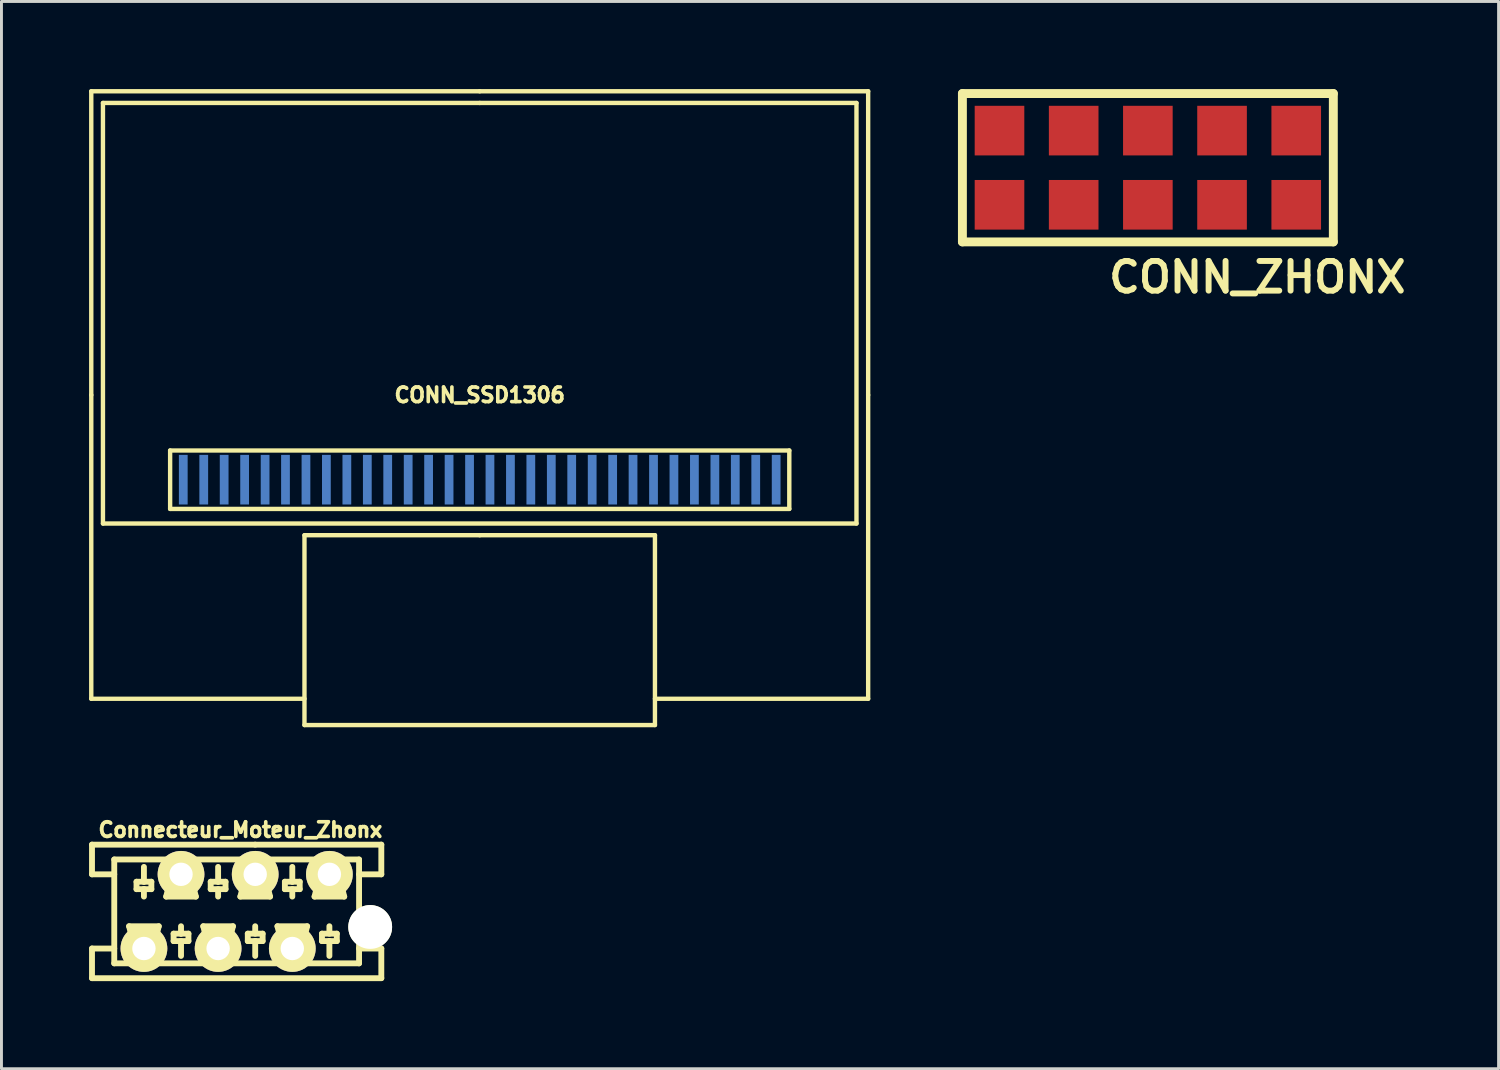
<source format=kicad_pcb>
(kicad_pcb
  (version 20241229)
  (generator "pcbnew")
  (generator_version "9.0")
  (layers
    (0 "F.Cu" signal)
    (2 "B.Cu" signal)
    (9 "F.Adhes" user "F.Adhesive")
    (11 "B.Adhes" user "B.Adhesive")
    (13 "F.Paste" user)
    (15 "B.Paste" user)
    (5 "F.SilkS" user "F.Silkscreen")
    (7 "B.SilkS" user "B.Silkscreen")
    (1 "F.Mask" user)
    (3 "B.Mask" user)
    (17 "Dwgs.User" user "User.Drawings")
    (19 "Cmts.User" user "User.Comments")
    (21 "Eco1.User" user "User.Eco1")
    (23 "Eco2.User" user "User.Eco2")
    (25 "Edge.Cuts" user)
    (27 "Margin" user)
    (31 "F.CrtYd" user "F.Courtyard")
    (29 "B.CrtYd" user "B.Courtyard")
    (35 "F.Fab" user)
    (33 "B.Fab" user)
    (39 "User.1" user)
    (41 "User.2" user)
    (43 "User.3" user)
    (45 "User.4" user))
  (footprint "Connecteur_Moteur_Zhonx"
    (layer "F.Cu")
    (at 5.688 28.156)
    (property "Reference" "Connecteur_Moteur_Zhonx" (at -0.508 -2.794 0) (layer "F.SilkS") (effects (font (size 0.5 0.5) (thickness 0.125))))
    (attr through_hole)
    (fp_line (start -5.588 -2.286) (end -5.588 -1.27) (stroke (width 0.201) (type solid)) (layer "F.SilkS"))
    (fp_line (start -5.588 -2.286) (end 0 -2.286) (stroke (width 0.201) (type solid)) (layer "F.SilkS"))
    (fp_line (start -5.588 -1.27) (end -4.826 -1.27) (stroke (width 0.201) (type solid)) (layer "F.SilkS"))
    (fp_line (start -5.588 1.27) (end -4.826 1.27) (stroke (width 0.201) (type solid)) (layer "F.SilkS"))
    (fp_line (start -5.588 2.286) (end -5.588 1.27) (stroke (width 0.201) (type solid)) (layer "F.SilkS"))
    (fp_line (start -4.826 -1.778) (end 3.556 -1.778) (stroke (width 0.201) (type solid)) (layer "F.SilkS"))
    (fp_line (start -4.826 1.778) (end -4.826 -1.778) (stroke (width 0.201) (type solid)) (layer "F.SilkS"))
    (fp_line (start -4.318 0.508) (end -3.302 0.508) (stroke (width 0.201) (type solid)) (layer "F.SilkS"))
    (fp_line (start -4.064 -1.016) (end -3.81 -1.016) (stroke (width 0.201) (type solid)) (layer "F.SilkS"))
    (fp_line (start -4.064 -0.762) (end -4.064 -1.016) (stroke (width 0.201) (type solid)) (layer "F.SilkS"))
    (fp_line (start -4.064 1.524) (end -4.318 0.508) (stroke (width 0.201) (type solid)) (layer "F.SilkS"))
    (fp_line (start -3.81 -1.524) (end -3.81 -1.016) (stroke (width 0.201) (type solid)) (layer "F.SilkS"))
    (fp_line (start -3.81 -1.016) (end -3.556 -1.016) (stroke (width 0.201) (type solid)) (layer "F.SilkS"))
    (fp_line (start -3.81 -0.762) (end -4.064 -0.762) (stroke (width 0.201) (type solid)) (layer "F.SilkS"))
    (fp_line (start -3.81 -0.762) (end -3.81 -0.508) (stroke (width 0.201) (type solid)) (layer "F.SilkS"))
    (fp_line (start -3.556 -1.016) (end -3.556 -0.762) (stroke (width 0.201) (type solid)) (layer "F.SilkS"))
    (fp_line (start -3.556 -0.762) (end -3.81 -0.762) (stroke (width 0.201) (type solid)) (layer "F.SilkS"))
    (fp_line (start -3.556 1.524) (end -4.064 1.524) (stroke (width 0.201) (type solid)) (layer "F.SilkS"))
    (fp_line (start -3.302 0.508) (end -3.556 1.524) (stroke (width 0.201) (type solid)) (layer "F.SilkS"))
    (fp_line (start -3.048 -0.508) (end -2.032 -0.508) (stroke (width 0.201) (type solid)) (layer "F.SilkS"))
    (fp_line (start -2.794 -1.524) (end -3.048 -0.508) (stroke (width 0.201) (type solid)) (layer "F.SilkS"))
    (fp_line (start -2.794 0.762) (end -2.794 1.016) (stroke (width 0.201) (type solid)) (layer "F.SilkS"))
    (fp_line (start -2.794 1.016) (end -2.286 1.016) (stroke (width 0.201) (type solid)) (layer "F.SilkS"))
    (fp_line (start -2.54 0.508) (end -2.54 0.762) (stroke (width 0.201) (type solid)) (layer "F.SilkS"))
    (fp_line (start -2.54 0.762) (end -2.794 0.762) (stroke (width 0.201) (type solid)) (layer "F.SilkS"))
    (fp_line (start -2.54 1.016) (end -2.54 1.524) (stroke (width 0.201) (type solid)) (layer "F.SilkS"))
    (fp_line (start -2.286 -1.524) (end -2.794 -1.524) (stroke (width 0.201) (type solid)) (layer "F.SilkS"))
    (fp_line (start -2.286 0.762) (end -2.54 0.762) (stroke (width 0.201) (type solid)) (layer "F.SilkS"))
    (fp_line (start -2.286 1.016) (end -2.286 0.762) (stroke (width 0.201) (type solid)) (layer "F.SilkS"))
    (fp_line (start -2.032 -0.508) (end -2.286 -1.524) (stroke (width 0.201) (type solid)) (layer "F.SilkS"))
    (fp_line (start -1.778 0.508) (end -0.762 0.508) (stroke (width 0.201) (type solid)) (layer "F.SilkS"))
    (fp_line (start -1.524 -1.016) (end -1.27 -1.016) (stroke (width 0.201) (type solid)) (layer "F.SilkS"))
    (fp_line (start -1.524 -0.762) (end -1.524 -1.016) (stroke (width 0.201) (type solid)) (layer "F.SilkS"))
    (fp_line (start -1.524 1.524) (end -1.778 0.508) (stroke (width 0.201) (type solid)) (layer "F.SilkS"))
    (fp_line (start -1.27 -1.524) (end -1.27 -1.016) (stroke (width 0.201) (type solid)) (layer "F.SilkS"))
    (fp_line (start -1.27 -1.016) (end -1.016 -1.016) (stroke (width 0.201) (type solid)) (layer "F.SilkS"))
    (fp_line (start -1.27 -0.762) (end -1.27 -0.508) (stroke (width 0.201) (type solid)) (layer "F.SilkS"))
    (fp_line (start -1.016 -1.016) (end -1.016 -0.762) (stroke (width 0.201) (type solid)) (layer "F.SilkS"))
    (fp_line (start -1.016 -0.762) (end -1.524 -0.762) (stroke (width 0.201) (type solid)) (layer "F.SilkS"))
    (fp_line (start -1.016 1.524) (end -1.524 1.524) (stroke (width 0.201) (type solid)) (layer "F.SilkS"))
    (fp_line (start -0.762 0.508) (end -1.016 1.524) (stroke (width 0.201) (type solid)) (layer "F.SilkS"))
    (fp_line (start -0.508 -0.508) (end 0.508 -0.508) (stroke (width 0.201) (type solid)) (layer "F.SilkS"))
    (fp_line (start -0.254 -1.524) (end -0.508 -0.508) (stroke (width 0.201) (type solid)) (layer "F.SilkS"))
    (fp_line (start -0.254 0.762) (end 0.254 0.762) (stroke (width 0.201) (type solid)) (layer "F.SilkS"))
    (fp_line (start -0.254 1.016) (end -0.254 0.762) (stroke (width 0.201) (type solid)) (layer "F.SilkS"))
    (fp_line (start 0 -2.286) (end 4.318 -2.286) (stroke (width 0.201) (type solid)) (layer "F.SilkS"))
    (fp_line (start 0 0.762) (end 0 0.508) (stroke (width 0.201) (type solid)) (layer "F.SilkS"))
    (fp_line (start 0 1.016) (end -0.254 1.016) (stroke (width 0.201) (type solid)) (layer "F.SilkS"))
    (fp_line (start 0 1.524) (end 0 1.016) (stroke (width 0.201) (type solid)) (layer "F.SilkS"))
    (fp_line (start 0.254 -1.524) (end -0.254 -1.524) (stroke (width 0.201) (type solid)) (layer "F.SilkS"))
    (fp_line (start 0.254 0.762) (end 0.254 1.016) (stroke (width 0.201) (type solid)) (layer "F.SilkS"))
    (fp_line (start 0.254 1.016) (end 0 1.016) (stroke (width 0.201) (type solid)) (layer "F.SilkS"))
    (fp_line (start 0.508 -0.508) (end 0.254 -1.524) (stroke (width 0.201) (type solid)) (layer "F.SilkS"))
    (fp_line (start 0.762 0.508) (end 1.778 0.508) (stroke (width 0.201) (type solid)) (layer "F.SilkS"))
    (fp_line (start 1.016 -1.016) (end 1.016 -0.762) (stroke (width 0.201) (type solid)) (layer "F.SilkS"))
    (fp_line (start 1.016 -0.762) (end 1.524 -0.762) (stroke (width 0.201) (type solid)) (layer "F.SilkS"))
    (fp_line (start 1.016 1.524) (end 0.762 0.508) (stroke (width 0.201) (type solid)) (layer "F.SilkS"))
    (fp_line (start 1.27 -1.524) (end 1.27 -1.016) (stroke (width 0.201) (type solid)) (layer "F.SilkS"))
    (fp_line (start 1.27 -1.016) (end 1.016 -1.016) (stroke (width 0.201) (type solid)) (layer "F.SilkS"))
    (fp_line (start 1.27 -0.762) (end 1.27 -0.508) (stroke (width 0.201) (type solid)) (layer "F.SilkS"))
    (fp_line (start 1.524 -1.016) (end 1.27 -1.016) (stroke (width 0.201) (type solid)) (layer "F.SilkS"))
    (fp_line (start 1.524 -0.762) (end 1.524 -1.016) (stroke (width 0.201) (type solid)) (layer "F.SilkS"))
    (fp_line (start 1.524 1.524) (end 1.016 1.524) (stroke (width 0.201) (type solid)) (layer "F.SilkS"))
    (fp_line (start 1.778 0.508) (end 1.524 1.524) (stroke (width 0.201) (type solid)) (layer "F.SilkS"))
    (fp_line (start 2.032 -0.508) (end 3.048 -0.508) (stroke (width 0.201) (type solid)) (layer "F.SilkS"))
    (fp_line (start 2.286 -1.524) (end 2.032 -0.508) (stroke (width 0.201) (type solid)) (layer "F.SilkS"))
    (fp_line (start 2.286 0.762) (end 2.286 1.016) (stroke (width 0.201) (type solid)) (layer "F.SilkS"))
    (fp_line (start 2.286 1.016) (end 2.54 1.016) (stroke (width 0.201) (type solid)) (layer "F.SilkS"))
    (fp_line (start 2.54 0.762) (end 2.54 0.508) (stroke (width 0.201) (type solid)) (layer "F.SilkS"))
    (fp_line (start 2.54 1.016) (end 2.794 1.016) (stroke (width 0.201) (type solid)) (layer "F.SilkS"))
    (fp_line (start 2.54 1.524) (end 2.54 1.016) (stroke (width 0.201) (type solid)) (layer "F.SilkS"))
    (fp_line (start 2.794 -1.524) (end 2.286 -1.524) (stroke (width 0.201) (type solid)) (layer "F.SilkS"))
    (fp_line (start 2.794 0.762) (end 2.286 0.762) (stroke (width 0.201) (type solid)) (layer "F.SilkS"))
    (fp_line (start 2.794 1.016) (end 2.794 0.762) (stroke (width 0.201) (type solid)) (layer "F.SilkS"))
    (fp_line (start 3.048 -0.508) (end 2.794 -1.524) (stroke (width 0.201) (type solid)) (layer "F.SilkS"))
    (fp_line (start 3.556 -1.778) (end 3.556 1.778) (stroke (width 0.201) (type solid)) (layer "F.SilkS"))
    (fp_line (start 3.556 1.778) (end -4.826 1.778) (stroke (width 0.201) (type solid)) (layer "F.SilkS"))
    (fp_line (start 4.318 -2.286) (end 4.318 -1.27) (stroke (width 0.201) (type solid)) (layer "F.SilkS"))
    (fp_line (start 4.318 -1.27) (end 3.556 -1.27) (stroke (width 0.201) (type solid)) (layer "F.SilkS"))
    (fp_line (start 4.318 1.27) (end 3.556 1.27) (stroke (width 0.201) (type solid)) (layer "F.SilkS"))
    (fp_line (start 4.318 2.286) (end -5.588 2.286) (stroke (width 0.201) (type solid)) (layer "F.SilkS"))
    (fp_line (start 4.318 2.286) (end 4.318 1.27) (stroke (width 0.201) (type solid)) (layer "F.SilkS"))
    (pad "" np_thru_hole circle (at 3.937 0.533) (size 1.5 1.5) (drill 1.5) (layers "*.Cu" "*.Mask" "F.SilkS"))
    (pad "1" thru_hole circle (at 2.54 -1.27) (size 1.6 1.6) (drill 0.8) (layers "*.Cu" "*.Mask" "F.SilkS"))
    (pad "2" thru_hole circle (at 1.27 1.27) (size 1.6 1.6) (drill 0.8) (layers "*.Cu" "*.Mask" "F.SilkS"))
    (pad "3" thru_hole circle (at 0 -1.27) (size 1.6 1.6) (drill 0.8) (layers "*.Cu" "*.Mask" "F.SilkS"))
    (pad "4" thru_hole circle (at -1.27 1.27) (size 1.6 1.6) (drill 0.8) (layers "*.Cu" "*.Mask" "F.SilkS"))
    (pad "5" thru_hole circle (at -2.54 -1.27) (size 1.6 1.6) (drill 0.8) (layers "*.Cu" "*.Mask" "F.SilkS"))
    (pad "6" thru_hole circle (at -3.81 1.27) (size 1.6 1.6) (drill 0.8) (layers "*.Cu" "*.Mask" "F.SilkS")))
  (footprint "CONN_SSD1306"
    (layer "F.Cu")
    (at 13.375 10.475)
    (property "Reference" "CONN_SSD1306" (at 0 0 0) (layer "F.SilkS") (effects (font (size 0.5 0.5) (thickness 0.124))))
    (attr through_hole)
    (fp_line (start -13.3 -10.4) (end -13.3 0) (stroke (width 0.15) (type solid)) (layer "F.SilkS"))
    (fp_line (start -13.3 0) (end -13.3 10.4) (stroke (width 0.15) (type solid)) (layer "F.SilkS"))
    (fp_line (start -13.3 10.4) (end -6 10.4) (stroke (width 0.15) (type solid)) (layer "F.SilkS"))
    (fp_line (start -12.9 -10) (end -12.9 4.4) (stroke (width 0.15) (type solid)) (layer "F.SilkS"))
    (fp_line (start -12.9 4.4) (end 12.9 4.4) (stroke (width 0.15) (type solid)) (layer "F.SilkS"))
    (fp_line (start -10.6 1.9) (end 10.6 1.9) (stroke (width 0.15) (type solid)) (layer "F.SilkS"))
    (fp_line (start -10.6 3.9) (end -10.6 1.9) (stroke (width 0.15) (type solid)) (layer "F.SilkS"))
    (fp_line (start -6 4.8) (end 0 4.8) (stroke (width 0.15) (type solid)) (layer "F.SilkS"))
    (fp_line (start -6 11.3) (end -6 4.8) (stroke (width 0.15) (type solid)) (layer "F.SilkS"))
    (fp_line (start 0 -10.4) (end -13.3 -10.4) (stroke (width 0.15) (type solid)) (layer "F.SilkS"))
    (fp_line (start 0 -10) (end -12.9 -10) (stroke (width 0.15) (type solid)) (layer "F.SilkS"))
    (fp_line (start 0 4.8) (end 6 4.8) (stroke (width 0.15) (type solid)) (layer "F.SilkS"))
    (fp_line (start 6 4.8) (end 6 11.3) (stroke (width 0.15) (type solid)) (layer "F.SilkS"))
    (fp_line (start 6 11.3) (end -6 11.3) (stroke (width 0.15) (type solid)) (layer "F.SilkS"))
    (fp_line (start 10.6 1.9) (end 10.6 3.9) (stroke (width 0.15) (type solid)) (layer "F.SilkS"))
    (fp_line (start 10.6 3.9) (end -10.6 3.9) (stroke (width 0.15) (type solid)) (layer "F.SilkS"))
    (fp_line (start 12.9 -10) (end 0 -10) (stroke (width 0.15) (type solid)) (layer "F.SilkS"))
    (fp_line (start 12.9 4.4) (end 12.9 -10) (stroke (width 0.15) (type solid)) (layer "F.SilkS"))
    (fp_line (start 13.3 -10.4) (end 0 -10.4) (stroke (width 0.15) (type solid)) (layer "F.SilkS"))
    (fp_line (start 13.3 0) (end 13.3 -10.4) (stroke (width 0.15) (type solid)) (layer "F.SilkS"))
    (fp_line (start 13.3 10.4) (end 6 10.4) (stroke (width 0.15) (type solid)) (layer "F.SilkS"))
    (fp_line (start 13.3 10.4) (end 13.3 0) (stroke (width 0.15) (type solid)) (layer "F.SilkS"))
    (pad "1" smd rect (at -10.15 2.899) (size 0.3 1.699) (layers "F.Mask" "B.Cu" "F.Paste"))
    (pad "2" smd rect (at -9.449 2.899) (size 0.3 1.699) (layers "F.Mask" "B.Cu" "F.Paste"))
    (pad "3" smd rect (at -8.75 2.899) (size 0.3 1.699) (layers "F.Mask" "B.Cu" "F.Paste"))
    (pad "4" smd rect (at -8.049 2.899) (size 0.3 1.699) (layers "F.Mask" "B.Cu" "F.Paste"))
    (pad "5" smd rect (at -7.348 2.899) (size 0.3 1.699) (layers "F.Mask" "B.Cu" "F.Paste"))
    (pad "6" smd rect (at -6.65 2.899) (size 0.3 1.699) (layers "F.Mask" "B.Cu" "F.Paste"))
    (pad "7" smd rect (at -5.949 2.899) (size 0.3 1.699) (layers "F.Mask" "B.Cu" "F.Paste"))
    (pad "8" smd rect (at -5.25 2.899) (size 0.3 1.699) (layers "F.Mask" "B.Cu" "F.Paste"))
    (pad "9" smd rect (at -4.549 2.899) (size 0.3 1.699) (layers "F.Mask" "B.Cu" "F.Paste"))
    (pad "10" smd rect (at -3.848 2.899) (size 0.3 1.699) (layers "F.Mask" "B.Cu" "F.Paste"))
    (pad "11" smd rect (at -3.15 2.899) (size 0.3 1.699) (layers "F.Mask" "B.Cu" "F.Paste"))
    (pad "12" smd rect (at -2.449 2.899) (size 0.3 1.699) (layers "F.Mask" "B.Cu" "F.Paste"))
    (pad "13" smd rect (at -1.75 2.899) (size 0.3 1.699) (layers "F.Mask" "B.Cu" "F.Paste"))
    (pad "14" smd rect (at -1.049 2.899) (size 0.3 1.699) (layers "F.Mask" "B.Cu" "F.Paste"))
    (pad "15" smd rect (at -0.348 2.899) (size 0.3 1.699) (layers "F.Mask" "B.Cu" "F.Paste"))
    (pad "16" smd rect (at 0.351 2.899) (size 0.3 1.699) (layers "F.Mask" "B.Cu" "F.Paste"))
    (pad "17" smd rect (at 1.052 2.899) (size 0.3 1.699) (layers "F.Mask" "B.Cu" "F.Paste"))
    (pad "18" smd rect (at 1.75 2.899) (size 0.3 1.699) (layers "F.Mask" "B.Cu" "F.Paste"))
    (pad "19" smd rect (at 2.451 2.899) (size 0.3 1.699) (layers "F.Mask" "B.Cu" "F.Paste"))
    (pad "20" smd rect (at 3.15 2.899) (size 0.3 1.699) (layers "F.Mask" "B.Cu" "F.Paste"))
    (pad "21" smd rect (at 3.851 2.899) (size 0.3 1.699) (layers "F.Mask" "B.Cu" "F.Paste"))
    (pad "22" smd rect (at 4.552 2.899) (size 0.3 1.699) (layers "F.Mask" "B.Cu" "F.Paste"))
    (pad "23" smd rect (at 5.25 2.899) (size 0.3 1.699) (layers "F.Mask" "B.Cu" "F.Paste"))
    (pad "24" smd rect (at 5.951 2.899) (size 0.3 1.699) (layers "F.Mask" "B.Cu" "F.Paste"))
    (pad "25" smd rect (at 6.65 2.899) (size 0.3 1.699) (layers "F.Mask" "B.Cu" "F.Paste"))
    (pad "26" smd rect (at 7.351 2.899) (size 0.3 1.699) (layers "F.Mask" "B.Cu" "F.Paste"))
    (pad "27" smd rect (at 8.052 2.899) (size 0.3 1.699) (layers "F.Mask" "B.Cu" "F.Paste"))
    (pad "28" smd rect (at 8.75 2.899) (size 0.3 1.699) (layers "F.Mask" "B.Cu" "F.Paste"))
    (pad "29" smd rect (at 9.451 2.899) (size 0.3 1.699) (layers "F.Mask" "B.Cu" "F.Paste"))
    (pad "30" smd rect (at 10.15 2.899) (size 0.3 1.699) (layers "F.Mask" "B.Cu" "F.Paste")))
  (footprint "CONN_ZHONX"
    (layer "F.Cu")
    (at 36.252 2.692)
    (property "Reference" "CONN_ZHONX" (at 3.749 3.749 0) (layer "F.SilkS") (effects (font (size 1.016 1.016) (thickness 0.203))))
    (attr through_hole)
    (fp_line (start -6.35 -2.54) (end 6.35 -2.54) (stroke (width 0.305) (type solid)) (layer "F.SilkS"))
    (fp_line (start -6.35 2.54) (end -6.35 -2.54) (stroke (width 0.305) (type solid)) (layer "F.SilkS"))
    (fp_line (start 6.35 -2.54) (end 6.35 2.54) (stroke (width 0.305) (type solid)) (layer "F.SilkS"))
    (fp_line (start 6.35 2.54) (end -6.35 2.54) (stroke (width 0.305) (type solid)) (layer "F.SilkS"))
    (pad "1" smd rect (at -5.08 1.27) (size 1.699 1.699) (layers "F.Cu" "F.Mask" "F.Paste"))
    (pad "2" smd rect (at -5.08 -1.27) (size 1.699 1.699) (layers "F.Cu" "F.Mask" "F.Paste"))
    (pad "3" smd rect (at -2.54 1.27) (size 1.699 1.699) (layers "F.Cu" "F.Mask" "F.Paste"))
    (pad "4" smd rect (at -2.54 -1.27) (size 1.699 1.699) (layers "F.Cu" "F.Mask" "F.Paste"))
    (pad "5" smd rect (at 0 1.27) (size 1.699 1.699) (layers "F.Cu" "F.Mask" "F.Paste"))
    (pad "6" smd rect (at 0 -1.27) (size 1.699 1.699) (layers "F.Cu" "F.Mask" "F.Paste"))
    (pad "7" smd rect (at 2.54 1.27) (size 1.699 1.699) (layers "F.Cu" "F.Mask" "F.Paste"))
    (pad "8" smd rect (at 2.54 -1.27) (size 1.699 1.699) (layers "F.Cu" "F.Mask" "F.Paste"))
    (pad "9" smd rect (at 5.08 1.27) (size 1.699 1.699) (layers "F.Cu" "F.Mask" "F.Paste"))
    (pad "10" smd rect (at 5.08 -1.27) (size 1.699 1.699) (layers "F.Cu" "F.Mask" "F.Paste")))
  (gr_rect
    (start -3 -3)
    (end 48.26 33.542)
    (stroke (width 0.1) (type default))
    (fill no)
    (layer "Edge.Cuts")))
</source>
